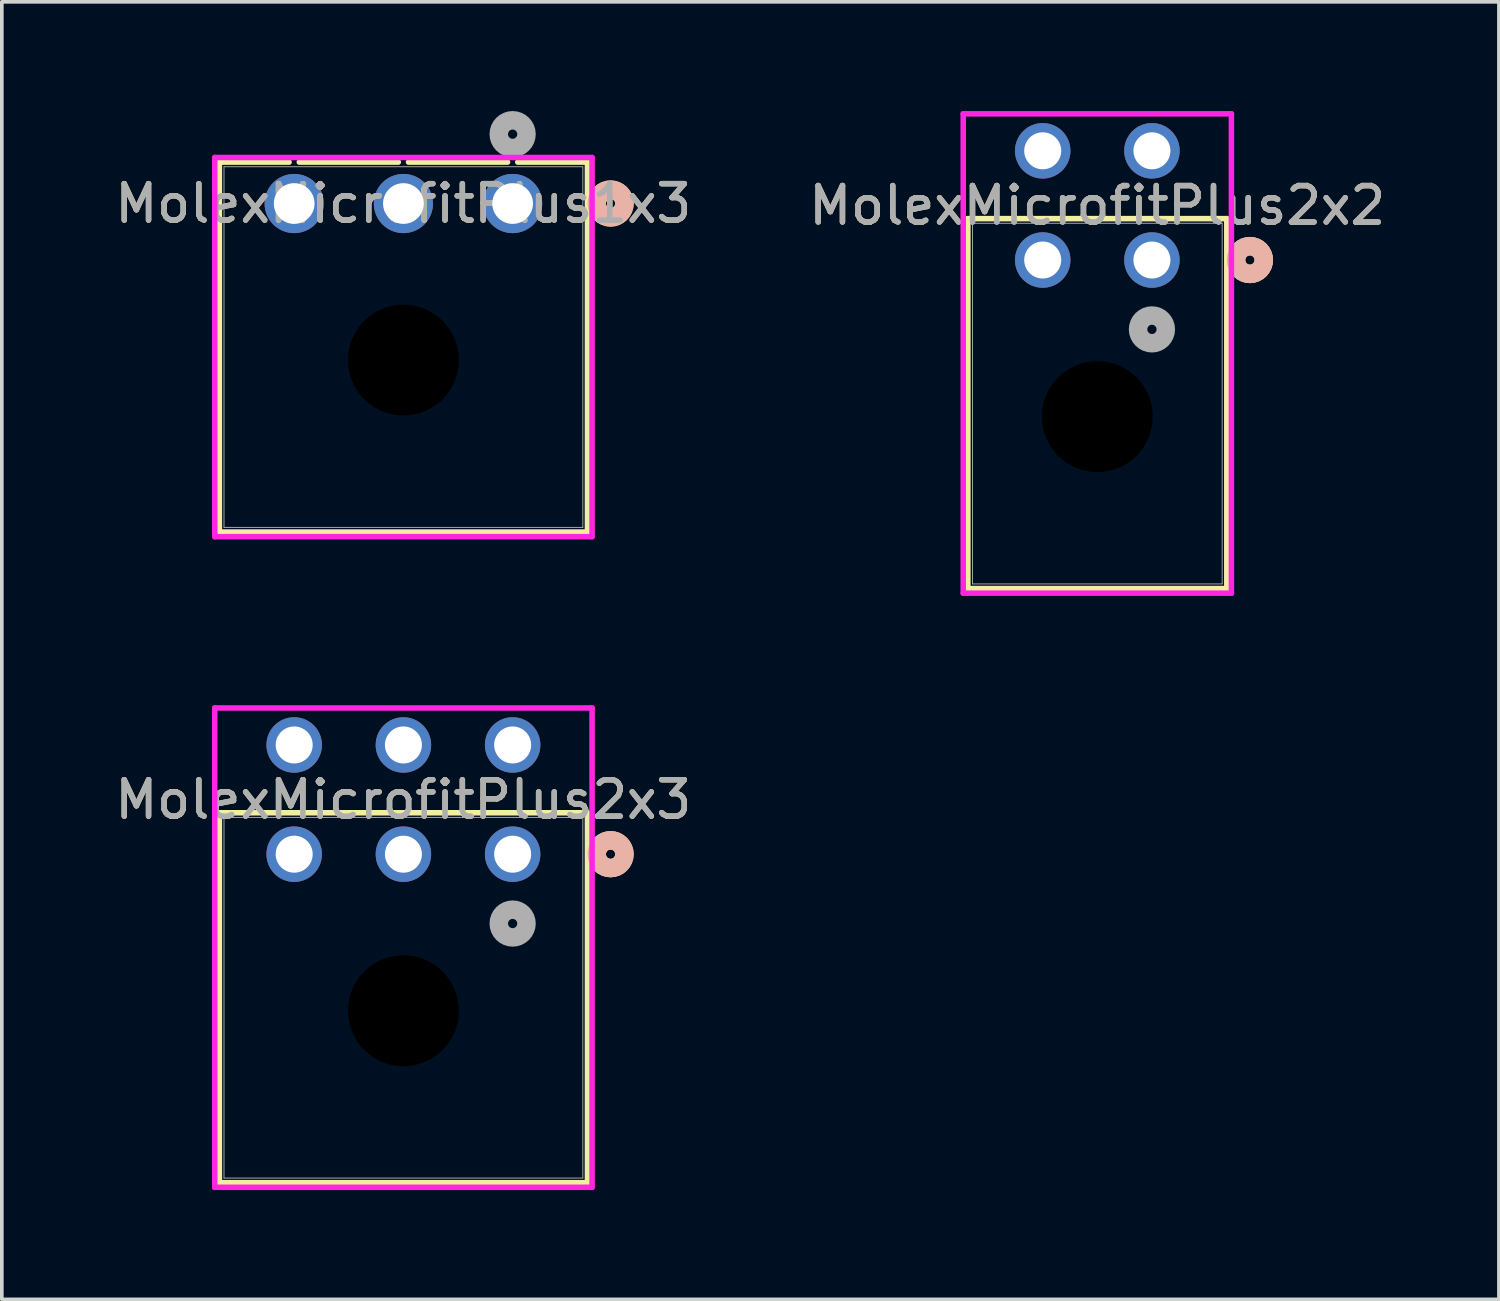
<source format=kicad_pcb>
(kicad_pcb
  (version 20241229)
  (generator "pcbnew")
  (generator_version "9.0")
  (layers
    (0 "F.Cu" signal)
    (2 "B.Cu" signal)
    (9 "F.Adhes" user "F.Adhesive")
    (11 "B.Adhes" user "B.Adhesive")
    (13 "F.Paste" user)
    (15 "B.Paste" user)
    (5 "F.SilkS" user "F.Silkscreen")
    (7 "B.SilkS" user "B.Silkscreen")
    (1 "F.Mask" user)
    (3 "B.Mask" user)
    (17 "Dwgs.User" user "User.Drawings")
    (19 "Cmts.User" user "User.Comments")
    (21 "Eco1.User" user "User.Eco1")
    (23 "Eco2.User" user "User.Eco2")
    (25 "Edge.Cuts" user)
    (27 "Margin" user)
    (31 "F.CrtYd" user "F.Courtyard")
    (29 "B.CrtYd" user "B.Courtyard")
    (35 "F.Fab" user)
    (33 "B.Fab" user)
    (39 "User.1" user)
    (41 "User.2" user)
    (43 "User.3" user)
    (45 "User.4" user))
  (footprint "MolexMicrofitPlus1x3"
    (layer "F.Cu")
    (at 11.03 2.54)
    (property "Reference" "MolexMicrofitPlus1x3" (at -3 0 0) (unlocked yes) (layer "F.SilkS") (effects (font (size 1 1) (thickness 0.15))))
    (attr through_hole)
    (fp_line (start -8.055 -1.137) (end -8.055 9.023) (stroke (width 0.152) (type solid)) (layer "F.SilkS"))
    (fp_line (start -8.055 9.023) (end 2.055 9.023) (stroke (width 0.152) (type solid)) (layer "F.SilkS"))
    (fp_line (start -6.14 -1.137) (end -8.055 -1.137) (stroke (width 0.152) (type solid)) (layer "F.SilkS"))
    (fp_line (start -3.14 -1.137) (end -5.86 -1.137) (stroke (width 0.152) (type solid)) (layer "F.SilkS"))
    (fp_line (start -0.14 -1.137) (end -2.86 -1.137) (stroke (width 0.152) (type solid)) (layer "F.SilkS"))
    (fp_line (start 2.055 -1.137) (end 0.14 -1.137) (stroke (width 0.152) (type solid)) (layer "F.SilkS"))
    (fp_line (start 2.055 9.023) (end 2.055 -1.137) (stroke (width 0.152) (type solid)) (layer "F.SilkS"))
    (fp_circle (center 2.69 0) (end 3.071 0) (stroke (width 0.508) (type solid)) (fill no) (layer "F.SilkS"))
    (fp_circle (center 2.69 0) (end 3.071 0) (stroke (width 0.508) (type solid)) (fill no) (layer "B.SilkS"))
    (fp_line (start -8.182 -1.264) (end -8.182 9.15) (stroke (width 0.152) (type solid)) (layer "F.CrtYd"))
    (fp_line (start -8.182 9.15) (end 2.182 9.15) (stroke (width 0.152) (type solid)) (layer "F.CrtYd"))
    (fp_line (start 2.182 -1.264) (end -8.182 -1.264) (stroke (width 0.152) (type solid)) (layer "F.CrtYd"))
    (fp_line (start 2.182 9.15) (end 2.182 -1.264) (stroke (width 0.152) (type solid)) (layer "F.CrtYd"))
    (fp_line (start -7.928 -1.01) (end -7.928 8.896) (stroke (width 0.025) (type solid)) (layer "F.Fab"))
    (fp_line (start -7.928 8.896) (end 1.928 8.896) (stroke (width 0.025) (type solid)) (layer "F.Fab"))
    (fp_line (start 1.928 -1.01) (end -7.928 -1.01) (stroke (width 0.025) (type solid)) (layer "F.Fab"))
    (fp_line (start 1.928 8.896) (end 1.928 -1.01) (stroke (width 0.025) (type solid)) (layer "F.Fab"))
    (fp_circle (center 0 -1.905) (end 0.381 -1.905) (stroke (width 0.508) (type solid)) (fill no) (layer "F.Fab"))
    (fp_text user "${REFERENCE}" (at -3 0 0) (unlocked yes) (layer "F.Fab") (effects (font (size 1 1) (thickness 0.15))))
    (pad "" np_thru_hole circle (at -3 4.3) (size 3.048 3.048) (drill 3.048) (layers))
    (pad "1" thru_hole circle (at 0 0) (size 1.626 1.626) (drill 1.118) (layers "*.Cu" "*.Mask"))
    (pad "2" thru_hole circle (at -3 0) (size 1.626 1.626) (drill 1.118) (layers "*.Cu" "*.Mask"))
    (pad "3" thru_hole circle (at -6 0) (size 1.626 1.626) (drill 1.118) (layers "*.Cu" "*.Mask")))
  (footprint "MolexMicrofitPlus2x2"
    (layer "F.Cu")
    (at 28.589 4.092)
    (property "Reference" "MolexMicrofitPlus2x2" (at -1.5 -1.5 0) (unlocked yes) (layer "F.SilkS") (effects (font (size 1 1) (thickness 0.15))))
    (attr through_hole)
    (fp_line (start -5.056 -1.137) (end -5.056 9.023) (stroke (width 0.152) (type solid)) (layer "F.SilkS"))
    (fp_line (start -5.056 9.023) (end 2.056 9.023) (stroke (width 0.152) (type solid)) (layer "F.SilkS"))
    (fp_line (start 2.056 -1.137) (end -5.056 -1.137) (stroke (width 0.152) (type solid)) (layer "F.SilkS"))
    (fp_line (start 2.056 9.023) (end 2.056 -1.137) (stroke (width 0.152) (type solid)) (layer "F.SilkS"))
    (fp_circle (center 2.691 0) (end 3.072 0) (stroke (width 0.508) (type solid)) (fill no) (layer "F.SilkS"))
    (fp_circle (center 2.691 0) (end 3.072 0) (stroke (width 0.508) (type solid)) (fill no) (layer "B.SilkS"))
    (fp_line (start -5.183 -4.016) (end -5.183 9.15) (stroke (width 0.152) (type solid)) (layer "F.CrtYd"))
    (fp_line (start -5.183 9.15) (end 2.183 9.15) (stroke (width 0.152) (type solid)) (layer "F.CrtYd"))
    (fp_line (start 2.183 -4.016) (end -5.183 -4.016) (stroke (width 0.152) (type solid)) (layer "F.CrtYd"))
    (fp_line (start 2.183 9.15) (end 2.183 -4.016) (stroke (width 0.152) (type solid)) (layer "F.CrtYd"))
    (fp_line (start -4.929 -1.01) (end -4.929 8.896) (stroke (width 0.025) (type solid)) (layer "F.Fab"))
    (fp_line (start -4.929 8.896) (end 1.929 8.896) (stroke (width 0.025) (type solid)) (layer "F.Fab"))
    (fp_line (start 1.929 -1.01) (end -4.929 -1.01) (stroke (width 0.025) (type solid)) (layer "F.Fab"))
    (fp_line (start 1.929 8.896) (end 1.929 -1.01) (stroke (width 0.025) (type solid)) (layer "F.Fab"))
    (fp_circle (center 0 1.905) (end 0.381 1.905) (stroke (width 0.508) (type solid)) (fill no) (layer "F.Fab"))
    (fp_text user "${REFERENCE}" (at -1.5 -1.5 0) (unlocked yes) (layer "F.Fab") (effects (font (size 1 1) (thickness 0.15))))
    (pad "" np_thru_hole circle (at -1.5 4.3) (size 3.048 3.048) (drill 3.048) (layers))
    (pad "1" thru_hole circle (at 0 0) (size 1.524 1.524) (drill 1.016) (layers "*.Cu" "*.Mask"))
    (pad "2" thru_hole circle (at -3 0) (size 1.524 1.524) (drill 1.016) (layers "*.Cu" "*.Mask"))
    (pad "3" thru_hole circle (at 0 -3) (size 1.524 1.524) (drill 1.016) (layers "*.Cu" "*.Mask"))
    (pad "4" thru_hole circle (at -3 -3) (size 1.524 1.524) (drill 1.016) (layers "*.Cu" "*.Mask")))
  (footprint "MolexMicrofitPlus2x3"
    (layer "F.Cu")
    (at 11.03 20.411)
    (property "Reference" "MolexMicrofitPlus2x3" (at -3 -1.5 0) (unlocked yes) (layer "F.SilkS") (effects (font (size 1 1) (thickness 0.15))))
    (attr through_hole)
    (fp_line (start -8.055 -1.137) (end -8.055 9.023) (stroke (width 0.152) (type solid)) (layer "F.SilkS"))
    (fp_line (start -8.055 9.023) (end 2.055 9.023) (stroke (width 0.152) (type solid)) (layer "F.SilkS"))
    (fp_line (start 2.055 -1.137) (end -8.055 -1.137) (stroke (width 0.152) (type solid)) (layer "F.SilkS"))
    (fp_line (start 2.055 9.023) (end 2.055 -1.137) (stroke (width 0.152) (type solid)) (layer "F.SilkS"))
    (fp_circle (center 2.69 0) (end 3.071 0) (stroke (width 0.508) (type solid)) (fill no) (layer "F.SilkS"))
    (fp_circle (center 2.69 0) (end 3.071 0) (stroke (width 0.508) (type solid)) (fill no) (layer "B.SilkS"))
    (fp_line (start -8.182 -4.016) (end -8.182 9.15) (stroke (width 0.152) (type solid)) (layer "F.CrtYd"))
    (fp_line (start -8.182 9.15) (end 2.182 9.15) (stroke (width 0.152) (type solid)) (layer "F.CrtYd"))
    (fp_line (start 2.182 -4.016) (end -8.182 -4.016) (stroke (width 0.152) (type solid)) (layer "F.CrtYd"))
    (fp_line (start 2.182 9.15) (end 2.182 -4.016) (stroke (width 0.152) (type solid)) (layer "F.CrtYd"))
    (fp_line (start -7.928 -1.01) (end -7.928 8.896) (stroke (width 0.025) (type solid)) (layer "F.Fab"))
    (fp_line (start -7.928 8.896) (end 1.928 8.896) (stroke (width 0.025) (type solid)) (layer "F.Fab"))
    (fp_line (start 1.928 -1.01) (end -7.928 -1.01) (stroke (width 0.025) (type solid)) (layer "F.Fab"))
    (fp_line (start 1.928 8.896) (end 1.928 -1.01) (stroke (width 0.025) (type solid)) (layer "F.Fab"))
    (fp_circle (center 0 1.905) (end 0.381 1.905) (stroke (width 0.508) (type solid)) (fill no) (layer "F.Fab"))
    (fp_text user "${REFERENCE}" (at -3 -1.5 0) (unlocked yes) (layer "F.Fab") (effects (font (size 1 1) (thickness 0.15))))
    (pad "" np_thru_hole circle (at -3 4.3) (size 3.048 3.048) (drill 3.048) (layers))
    (pad "1" thru_hole circle (at 0 0) (size 1.524 1.524) (drill 1.016) (layers "*.Cu" "*.Mask"))
    (pad "2" thru_hole circle (at -3 0) (size 1.524 1.524) (drill 1.016) (layers "*.Cu" "*.Mask"))
    (pad "3" thru_hole circle (at -6 0) (size 1.524 1.524) (drill 1.016) (layers "*.Cu" "*.Mask"))
    (pad "4" thru_hole circle (at 0 -3) (size 1.524 1.524) (drill 1.016) (layers "*.Cu" "*.Mask"))
    (pad "5" thru_hole circle (at -3 -3) (size 1.524 1.524) (drill 1.016) (layers "*.Cu" "*.Mask"))
    (pad "6" thru_hole circle (at -6 -3) (size 1.524 1.524) (drill 1.016) (layers "*.Cu" "*.Mask")))
  (gr_rect
    (start -3 -3)
    (end 38.119 32.637)
    (stroke (width 0.1) (type default))
    (fill no)
    (layer "Edge.Cuts")))
</source>
